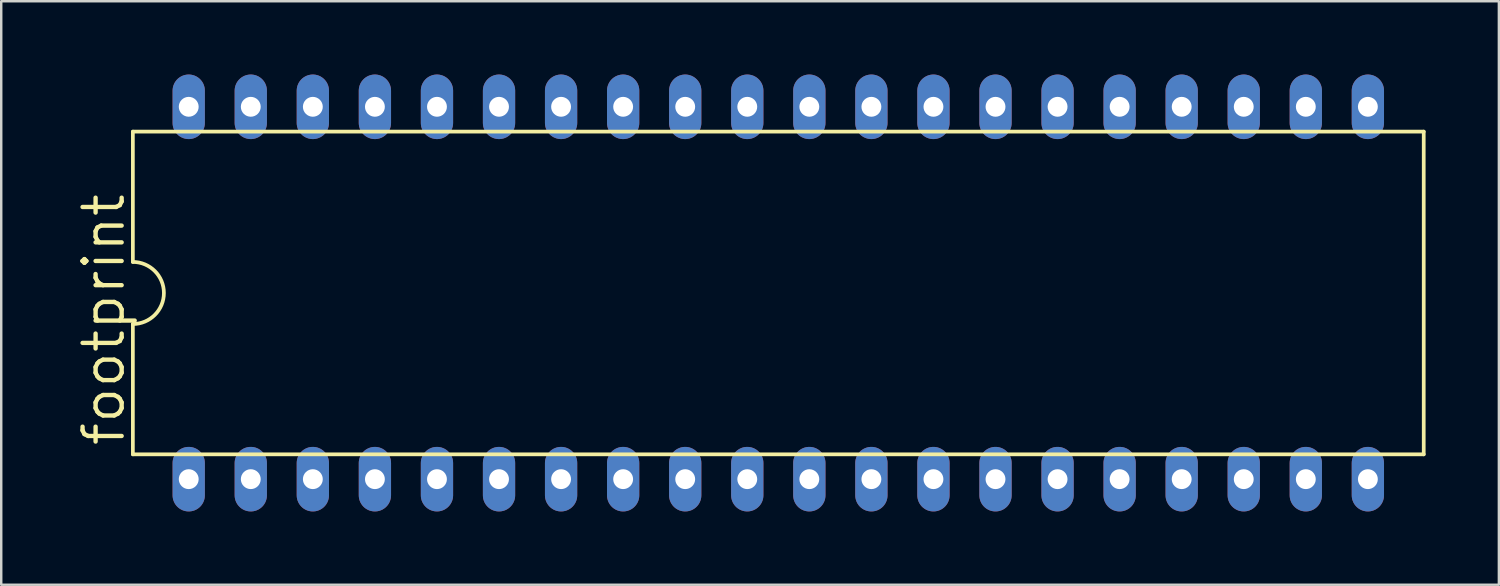
<source format=kicad_pcb>
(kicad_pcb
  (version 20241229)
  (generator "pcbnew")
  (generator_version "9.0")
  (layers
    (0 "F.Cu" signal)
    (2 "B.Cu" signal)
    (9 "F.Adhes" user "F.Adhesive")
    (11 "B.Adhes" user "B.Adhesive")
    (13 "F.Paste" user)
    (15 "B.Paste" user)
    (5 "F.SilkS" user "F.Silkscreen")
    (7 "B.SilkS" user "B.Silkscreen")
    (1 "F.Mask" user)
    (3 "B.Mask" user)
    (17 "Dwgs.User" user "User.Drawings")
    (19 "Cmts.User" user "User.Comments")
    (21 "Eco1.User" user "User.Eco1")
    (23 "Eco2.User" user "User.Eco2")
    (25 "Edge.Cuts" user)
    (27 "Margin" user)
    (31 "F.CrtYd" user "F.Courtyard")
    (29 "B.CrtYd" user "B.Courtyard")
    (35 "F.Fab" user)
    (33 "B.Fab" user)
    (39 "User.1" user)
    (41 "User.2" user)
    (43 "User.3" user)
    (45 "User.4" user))
  (footprint "footprint"
    (layer "F.Cu")
    (at 28.804 8.941)
    (property "Reference" "footprint" (at -26.67 6.35 90) (layer "F.SilkS") (effects (font (size 1.6 1.6) (thickness 0.178)) (justify left bottom)))
    (fp_line (start -26.416 -6.604) (end -26.416 -1.27) (stroke (width 0.152) (type solid)) (layer "F.SilkS"))
    (fp_line (start -26.416 -6.604) (end 26.416 -6.604) (stroke (width 0.152) (type solid)) (layer "F.SilkS"))
    (fp_line (start -26.416 1.27) (end -26.416 6.604) (stroke (width 0.152) (type solid)) (layer "F.SilkS"))
    (fp_line (start -26.416 6.604) (end 26.416 6.604) (stroke (width 0.152) (type solid)) (layer "F.SilkS"))
    (fp_line (start 26.416 6.604) (end 26.416 -6.604) (stroke (width 0.152) (type solid)) (layer "F.SilkS"))
    (fp_arc (start -26.416 -1.27) (mid -25.146 0) (end -26.416 1.27) (stroke (width 0.1524) (type solid)) (layer "F.SilkS"))
    (pad "1" thru_hole oval (at -24.13 7.62 90) (size 2.642 1.321) (drill 0.813) (layers "*.Cu" "*.Mask"))
    (pad "2" thru_hole oval (at -21.59 7.62 90) (size 2.642 1.321) (drill 0.813) (layers "*.Cu" "*.Mask"))
    (pad "3" thru_hole oval (at -19.05 7.62 90) (size 2.642 1.321) (drill 0.813) (layers "*.Cu" "*.Mask"))
    (pad "4" thru_hole oval (at -16.51 7.62 90) (size 2.642 1.321) (drill 0.813) (layers "*.Cu" "*.Mask"))
    (pad "5" thru_hole oval (at -13.97 7.62 90) (size 2.642 1.321) (drill 0.813) (layers "*.Cu" "*.Mask"))
    (pad "6" thru_hole oval (at -11.43 7.62 90) (size 2.642 1.321) (drill 0.813) (layers "*.Cu" "*.Mask"))
    (pad "7" thru_hole oval (at -8.89 7.62 90) (size 2.642 1.321) (drill 0.813) (layers "*.Cu" "*.Mask"))
    (pad "8" thru_hole oval (at -6.35 7.62 90) (size 2.642 1.321) (drill 0.813) (layers "*.Cu" "*.Mask"))
    (pad "9" thru_hole oval (at -3.81 7.62 90) (size 2.642 1.321) (drill 0.813) (layers "*.Cu" "*.Mask"))
    (pad "10" thru_hole oval (at -1.27 7.62 90) (size 2.642 1.321) (drill 0.813) (layers "*.Cu" "*.Mask"))
    (pad "11" thru_hole oval (at 1.27 7.62 90) (size 2.642 1.321) (drill 0.813) (layers "*.Cu" "*.Mask"))
    (pad "12" thru_hole oval (at 3.81 7.62 90) (size 2.642 1.321) (drill 0.813) (layers "*.Cu" "*.Mask"))
    (pad "13" thru_hole oval (at 6.35 7.62 90) (size 2.642 1.321) (drill 0.813) (layers "*.Cu" "*.Mask"))
    (pad "14" thru_hole oval (at 8.89 7.62 90) (size 2.642 1.321) (drill 0.813) (layers "*.Cu" "*.Mask"))
    (pad "15" thru_hole oval (at 11.43 7.62 90) (size 2.642 1.321) (drill 0.813) (layers "*.Cu" "*.Mask"))
    (pad "16" thru_hole oval (at 13.97 7.62 90) (size 2.642 1.321) (drill 0.813) (layers "*.Cu" "*.Mask"))
    (pad "17" thru_hole oval (at 16.51 7.62 90) (size 2.642 1.321) (drill 0.813) (layers "*.Cu" "*.Mask"))
    (pad "18" thru_hole oval (at 19.05 7.62 90) (size 2.642 1.321) (drill 0.813) (layers "*.Cu" "*.Mask"))
    (pad "19" thru_hole oval (at 21.59 7.62 90) (size 2.642 1.321) (drill 0.813) (layers "*.Cu" "*.Mask"))
    (pad "20" thru_hole oval (at 24.13 7.62 90) (size 2.642 1.321) (drill 0.813) (layers "*.Cu" "*.Mask"))
    (pad "21" thru_hole oval (at 24.13 -7.62 90) (size 2.642 1.321) (drill 0.813) (layers "*.Cu" "*.Mask"))
    (pad "22" thru_hole oval (at 21.59 -7.62 90) (size 2.642 1.321) (drill 0.813) (layers "*.Cu" "*.Mask"))
    (pad "23" thru_hole oval (at 19.05 -7.62 90) (size 2.642 1.321) (drill 0.813) (layers "*.Cu" "*.Mask"))
    (pad "24" thru_hole oval (at 16.51 -7.62 90) (size 2.642 1.321) (drill 0.813) (layers "*.Cu" "*.Mask"))
    (pad "25" thru_hole oval (at 13.97 -7.62 90) (size 2.642 1.321) (drill 0.813) (layers "*.Cu" "*.Mask"))
    (pad "26" thru_hole oval (at 11.43 -7.62 90) (size 2.642 1.321) (drill 0.813) (layers "*.Cu" "*.Mask"))
    (pad "27" thru_hole oval (at 8.89 -7.62 90) (size 2.642 1.321) (drill 0.813) (layers "*.Cu" "*.Mask"))
    (pad "28" thru_hole oval (at 6.35 -7.62 90) (size 2.642 1.321) (drill 0.813) (layers "*.Cu" "*.Mask"))
    (pad "29" thru_hole oval (at 3.81 -7.62 90) (size 2.642 1.321) (drill 0.813) (layers "*.Cu" "*.Mask"))
    (pad "30" thru_hole oval (at 1.27 -7.62 90) (size 2.642 1.321) (drill 0.813) (layers "*.Cu" "*.Mask"))
    (pad "31" thru_hole oval (at -1.27 -7.62 90) (size 2.642 1.321) (drill 0.813) (layers "*.Cu" "*.Mask"))
    (pad "32" thru_hole oval (at -3.81 -7.62 90) (size 2.642 1.321) (drill 0.813) (layers "*.Cu" "*.Mask"))
    (pad "33" thru_hole oval (at -6.35 -7.62 90) (size 2.642 1.321) (drill 0.813) (layers "*.Cu" "*.Mask"))
    (pad "34" thru_hole oval (at -8.89 -7.62 90) (size 2.642 1.321) (drill 0.813) (layers "*.Cu" "*.Mask"))
    (pad "35" thru_hole oval (at -11.43 -7.62 90) (size 2.642 1.321) (drill 0.813) (layers "*.Cu" "*.Mask"))
    (pad "36" thru_hole oval (at -13.97 -7.62 90) (size 2.642 1.321) (drill 0.813) (layers "*.Cu" "*.Mask"))
    (pad "37" thru_hole oval (at -16.51 -7.62 90) (size 2.642 1.321) (drill 0.813) (layers "*.Cu" "*.Mask"))
    (pad "38" thru_hole oval (at -19.05 -7.62 90) (size 2.642 1.321) (drill 0.813) (layers "*.Cu" "*.Mask"))
    (pad "39" thru_hole oval (at -21.59 -7.62 90) (size 2.642 1.321) (drill 0.813) (layers "*.Cu" "*.Mask"))
    (pad "40" thru_hole oval (at -24.13 -7.62 90) (size 2.642 1.321) (drill 0.813) (layers "*.Cu" "*.Mask")))
  (gr_rect
    (start -3 -3)
    (end 58.296 20.882)
    (stroke (width 0.1) (type default))
    (fill no)
    (layer "Edge.Cuts")))
</source>
